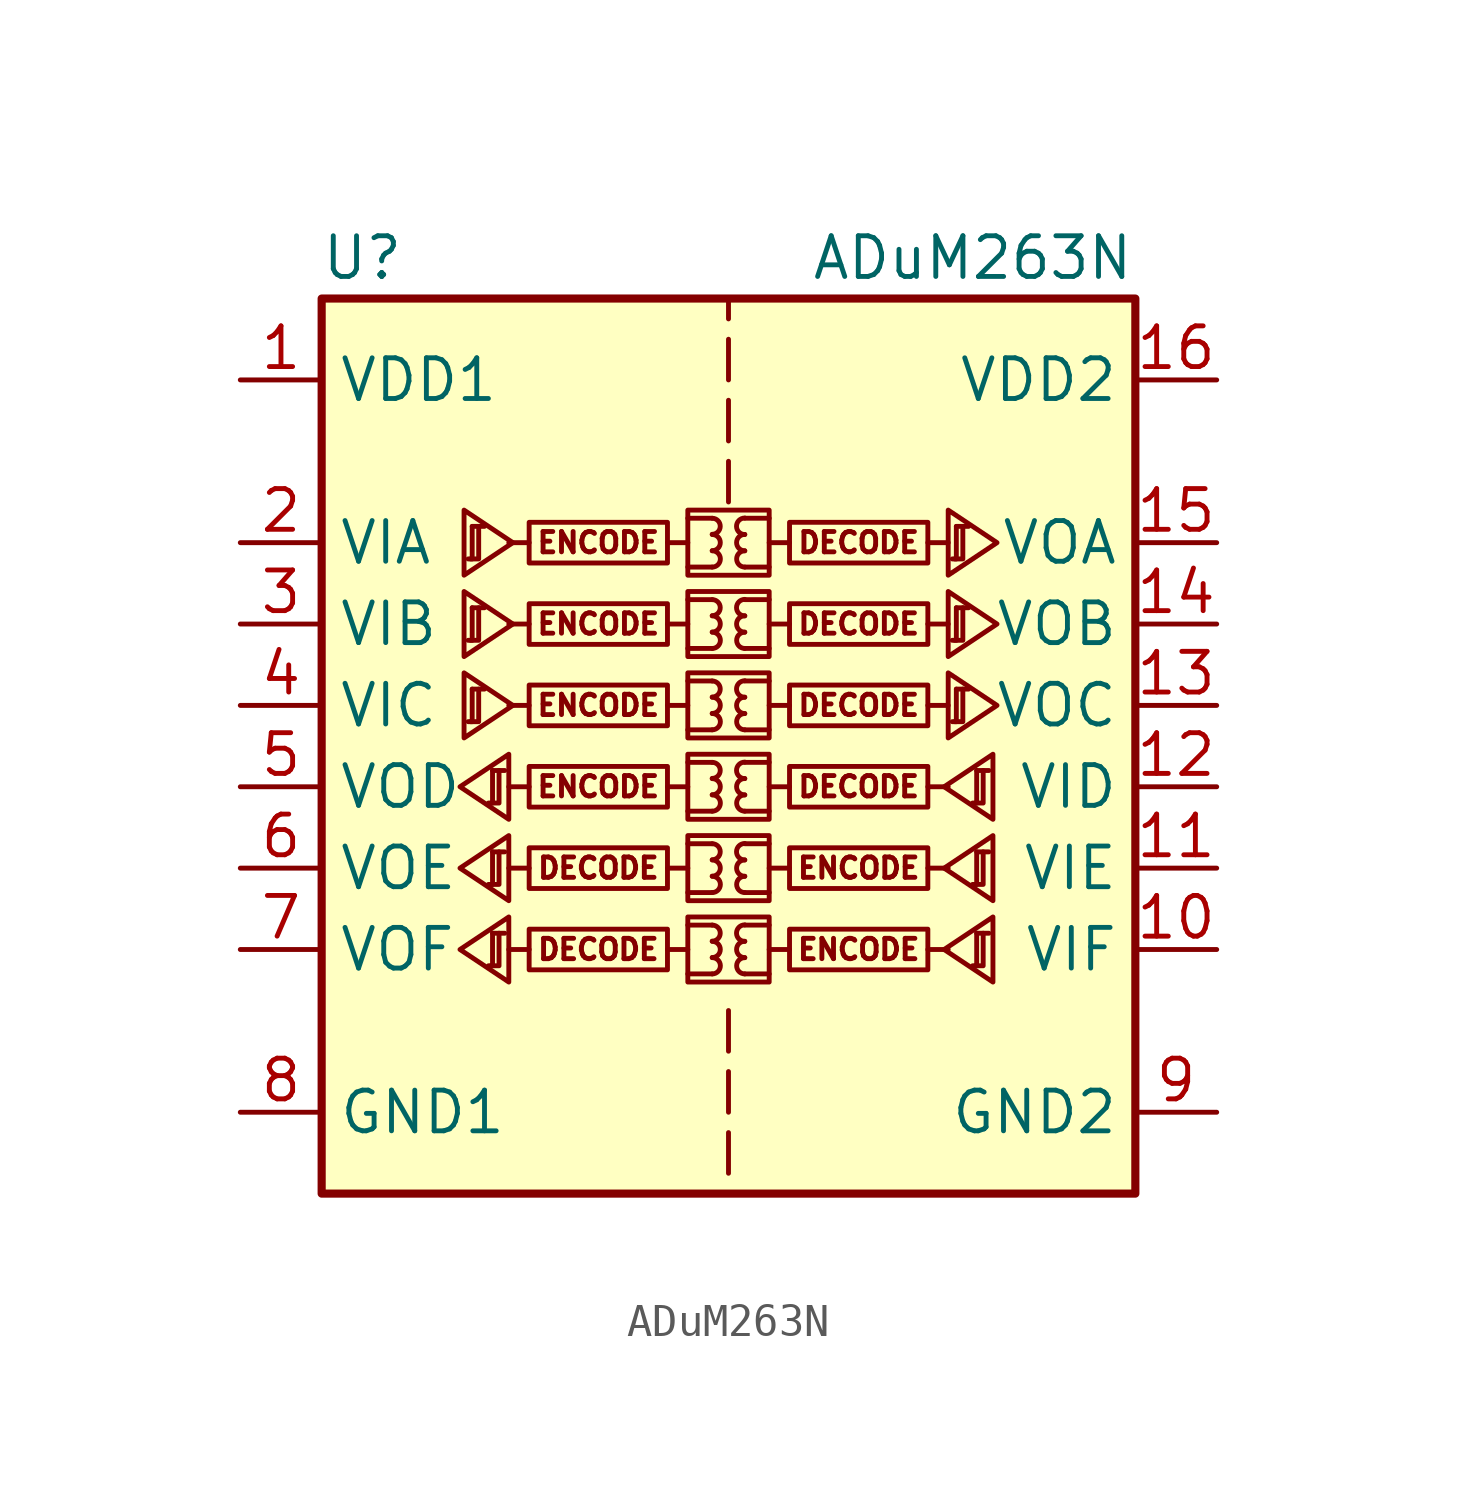
<source format=kicad_sym>
(kicad_symbol_lib
  (version 20201005)
  (generator kicad_symbol_editor)
  (symbol "ADuM263N"
    (property "Reference" "U"
      (at -11.43 16.51 0)
      (effects (font (size 1.27 1.27))))
    (property "Value" "ADuM263N"
      (at 7.62 16.51 0)
      (effects (font (size 1.27 1.27))))
    (symbol "ADuM263N_1_0"
      (arc (start -0.508 -5.842) (end -0.508 -5.334) (radius (at -0.508 -5.588) (length 0.254) (angles -89.9 89.9)) (stroke (width 0)) (fill (type none)))
      (arc (start -0.508 -5.334) (end -0.508 -4.826) (radius (at -0.508 -5.08) (length 0.254) (angles -89.9 89.9)) (stroke (width 0)) (fill (type none)))
      (arc (start -0.508 -4.826) (end -0.508 -4.318) (radius (at -0.508 -4.572) (length 0.254) (angles -89.9 89.9)) (stroke (width 0)) (fill (type none)))
      (arc (start -0.508 -3.302) (end -0.508 -2.794) (radius (at -0.508 -3.048) (length 0.254) (angles -89.9 89.9)) (stroke (width 0)) (fill (type none)))
      (arc (start -0.508 -2.794) (end -0.508 -2.286) (radius (at -0.508 -2.54) (length 0.254) (angles -89.9 89.9)) (stroke (width 0)) (fill (type none)))
      (arc (start -0.508 -2.286) (end -0.508 -1.778) (radius (at -0.508 -2.032) (length 0.254) (angles -89.9 89.9)) (stroke (width 0)) (fill (type none)))
      (arc (start -0.508 -0.762) (end -0.508 -0.254) (radius (at -0.508 -0.508) (length 0.254) (angles -89.9 89.9)) (stroke (width 0)) (fill (type none)))
      (arc (start -0.508 -0.254) (end -0.508 0.254) (radius (at -0.508 0) (length 0.254) (angles -89.9 89.9)) (stroke (width 0)) (fill (type none)))
      (arc (start -0.508 0.254) (end -0.508 0.762) (radius (at -0.508 0.508) (length 0.254) (angles -89.9 89.9)) (stroke (width 0)) (fill (type none)))
      (arc (start -0.508 1.778) (end -0.508 2.286) (radius (at -0.508 2.032) (length 0.254) (angles -89.9 89.9)) (stroke (width 0)) (fill (type none)))
      (arc (start -0.508 2.286) (end -0.508 2.794) (radius (at -0.508 2.54) (length 0.254) (angles -89.9 89.9)) (stroke (width 0)) (fill (type none)))
      (arc (start -0.508 2.794) (end -0.508 3.302) (radius (at -0.508 3.048) (length 0.254) (angles -89.9 89.9)) (stroke (width 0)) (fill (type none)))
      (arc (start -0.508 4.318) (end -0.508 4.826) (radius (at -0.508 4.572) (length 0.254) (angles -89.9 89.9)) (stroke (width 0)) (fill (type none)))
      (arc (start -0.508 4.826) (end -0.508 5.334) (radius (at -0.508 5.08) (length 0.254) (angles -89.9 89.9)) (stroke (width 0)) (fill (type none)))
      (arc (start -0.508 5.334) (end -0.508 5.842) (radius (at -0.508 5.588) (length 0.254) (angles -89.9 89.9)) (stroke (width 0)) (fill (type none)))
      (arc (start -0.508 6.858) (end -0.508 7.366) (radius (at -0.508 7.112) (length 0.254) (angles -89.9 89.9)) (stroke (width 0)) (fill (type none)))
      (arc (start -0.508 7.366) (end -0.508 7.874) (radius (at -0.508 7.62) (length 0.254) (angles -89.9 89.9)) (stroke (width 0)) (fill (type none)))
      (arc (start -0.508 7.874) (end -0.508 8.382) (radius (at -0.508 8.128) (length 0.254) (angles -89.9 89.9)) (stroke (width 0)) (fill (type none)))
      (arc (start 0.508 -5.334) (end 0.508 -5.842) (radius (at 0.508 -5.588) (length 0.254) (angles 90.1 -90.1)) (stroke (width 0)) (fill (type none)))
      (arc (start 0.508 -4.826) (end 0.508 -5.334) (radius (at 0.508 -5.08) (length 0.254) (angles 90.1 -90.1)) (stroke (width 0)) (fill (type none)))
      (arc (start 0.508 -4.318) (end 0.508 -4.826) (radius (at 0.508 -4.572) (length 0.254) (angles 90.1 -90.1)) (stroke (width 0)) (fill (type none)))
      (arc (start 0.508 -2.794) (end 0.508 -3.302) (radius (at 0.508 -3.048) (length 0.254) (angles 90.1 -90.1)) (stroke (width 0)) (fill (type none)))
      (arc (start 0.508 -2.286) (end 0.508 -2.794) (radius (at 0.508 -2.54) (length 0.254) (angles 90.1 -90.1)) (stroke (width 0)) (fill (type none)))
      (arc (start 0.508 -1.778) (end 0.508 -2.286) (radius (at 0.508 -2.032) (length 0.254) (angles 90.1 -90.1)) (stroke (width 0)) (fill (type none)))
      (arc (start 0.508 -0.254) (end 0.508 -0.762) (radius (at 0.508 -0.508) (length 0.254) (angles 90.1 -90.1)) (stroke (width 0)) (fill (type none)))
      (arc (start 0.508 0.254) (end 0.508 -0.254) (radius (at 0.508 0) (length 0.254) (angles 90.1 -90.1)) (stroke (width 0)) (fill (type none)))
      (arc (start 0.508 0.762) (end 0.508 0.254) (radius (at 0.508 0.508) (length 0.254) (angles 90.1 -90.1)) (stroke (width 0)) (fill (type none)))
      (arc (start 0.508 2.286) (end 0.508 1.778) (radius (at 0.508 2.032) (length 0.254) (angles 90.1 -90.1)) (stroke (width 0)) (fill (type none)))
      (arc (start 0.508 2.794) (end 0.508 2.286) (radius (at 0.508 2.54) (length 0.254) (angles 90.1 -90.1)) (stroke (width 0)) (fill (type none)))
      (arc (start 0.508 3.302) (end 0.508 2.794) (radius (at 0.508 3.048) (length 0.254) (angles 90.1 -90.1)) (stroke (width 0)) (fill (type none)))
      (arc (start 0.508 4.826) (end 0.508 4.318) (radius (at 0.508 4.572) (length 0.254) (angles 90.1 -90.1)) (stroke (width 0)) (fill (type none)))
      (arc (start 0.508 5.334) (end 0.508 4.826) (radius (at 0.508 5.08) (length 0.254) (angles 90.1 -90.1)) (stroke (width 0)) (fill (type none)))
      (arc (start 0.508 5.842) (end 0.508 5.334) (radius (at 0.508 5.588) (length 0.254) (angles 90.1 -90.1)) (stroke (width 0)) (fill (type none)))
      (arc (start 0.508 7.366) (end 0.508 6.858) (radius (at 0.508 7.112) (length 0.254) (angles 90.1 -90.1)) (stroke (width 0)) (fill (type none)))
      (arc (start 0.508 7.874) (end 0.508 7.366) (radius (at 0.508 7.62) (length 0.254) (angles 90.1 -90.1)) (stroke (width 0)) (fill (type none)))
      (arc (start 0.508 8.382) (end 0.508 7.874) (radius (at 0.508 8.128) (length 0.254) (angles 90.1 -90.1)) (stroke (width 0)) (fill (type none)))
      (text "DECODE" (at -4.064 -5.08 0) (effects (font (size 0.635 0.635))))
      (text "DECODE" (at -4.064 -2.54 0) (effects (font (size 0.635 0.635))))
      (text "DECODE" (at 4.064 0 0) (effects (font (size 0.635 0.635))))
      (text "DECODE" (at 4.064 2.54 0) (effects (font (size 0.635 0.635))))
      (text "DECODE" (at 4.064 5.08 0) (effects (font (size 0.635 0.635))))
      (text "DECODE" (at 4.064 7.62 0) (effects (font (size 0.635 0.635))))
      (text "ENCODE" (at -4.064 0 0) (effects (font (size 0.635 0.635))))
      (text "ENCODE" (at -4.064 2.54 0) (effects (font (size 0.635 0.635))))
      (text "ENCODE" (at -4.064 5.08 0) (effects (font (size 0.635 0.635))))
      (text "ENCODE" (at -4.064 7.62 0) (effects (font (size 0.635 0.635))))
      (text "ENCODE" (at 4.064 -5.08 0) (effects (font (size 0.635 0.635))))
      (text "ENCODE" (at 4.064 -2.54 0) (effects (font (size 0.635 0.635))))
      (rectangle (start -1.27 -4.064) (end 1.27 -6.096) (stroke (width 0)) (fill (type none)))
      (rectangle (start -1.27 -1.524) (end 1.27 -3.556) (stroke (width 0)) (fill (type none)))
      (rectangle (start -1.27 1.016) (end 1.27 -1.016) (stroke (width 0)) (fill (type none)))
      (rectangle (start -1.27 3.556) (end 1.27 1.524) (stroke (width 0)) (fill (type none)))
      (rectangle (start -1.27 6.096) (end 1.27 4.064) (stroke (width 0)) (fill (type none)))
      (rectangle (start -1.27 8.636) (end 1.27 6.604) (stroke (width 0)) (fill (type none)))
      (rectangle (start 1.905 -4.445) (end 6.223 -5.715) (stroke (width 0)) (fill (type none)))
      (rectangle (start 1.905 -1.905) (end 6.223 -3.175) (stroke (width 0)) (fill (type none)))
      (rectangle (start 1.905 0.635) (end 6.223 -0.635) (stroke (width 0)) (fill (type none)))
      (rectangle (start 1.905 3.175) (end 6.223 1.905) (stroke (width 0)) (fill (type none)))
      (rectangle (start 1.905 5.715) (end 6.223 4.445) (stroke (width 0)) (fill (type none)))
      (rectangle (start 1.905 8.255) (end 6.223 6.985) (stroke (width 0)) (fill (type none)))
      (polyline (pts (xy -6.223 -5.08) (xy -6.858 -5.08)) (stroke (width 0)) (fill (type none)))
      (polyline (pts (xy -6.223 -2.54) (xy -6.858 -2.54)) (stroke (width 0)) (fill (type none)))
      (polyline (pts (xy -6.223 0) (xy -6.858 0)) (stroke (width 0)) (fill (type none)))
      (polyline (pts (xy -6.223 2.54) (xy -6.858 2.54)) (stroke (width 0)) (fill (type none)))
      (polyline (pts (xy -6.223 5.08) (xy -6.858 5.08)) (stroke (width 0)) (fill (type none)))
      (polyline (pts (xy -6.223 7.62) (xy -6.858 7.62)) (stroke (width 0)) (fill (type none)))
      (polyline (pts (xy -1.905 -5.08) (xy -1.27 -5.08)) (stroke (width 0)) (fill (type none)))
      (polyline (pts (xy -1.905 -2.54) (xy -1.27 -2.54)) (stroke (width 0)) (fill (type none)))
      (polyline (pts (xy -1.905 0) (xy -1.27 0)) (stroke (width 0)) (fill (type none)))
      (polyline (pts (xy -1.905 2.54) (xy -1.27 2.54)) (stroke (width 0)) (fill (type none)))
      (polyline (pts (xy -1.905 5.08) (xy -1.27 5.08)) (stroke (width 0)) (fill (type none)))
      (polyline (pts (xy -1.905 7.62) (xy -1.27 7.62)) (stroke (width 0)) (fill (type none)))
      (polyline (pts (xy -1.27 -5.842) (xy -0.508 -5.842)) (stroke (width 0)) (fill (type none)))
      (polyline (pts (xy -1.27 -4.318) (xy -0.508 -4.318)) (stroke (width 0)) (fill (type none)))
      (polyline (pts (xy -1.27 -3.302) (xy -0.508 -3.302)) (stroke (width 0)) (fill (type none)))
      (polyline (pts (xy -1.27 -1.778) (xy -0.508 -1.778)) (stroke (width 0)) (fill (type none)))
      (polyline (pts (xy -1.27 -0.762) (xy -0.508 -0.762)) (stroke (width 0)) (fill (type none)))
      (polyline (pts (xy -1.27 0.762) (xy -0.508 0.762)) (stroke (width 0)) (fill (type none)))
      (polyline (pts (xy -1.27 1.778) (xy -0.508 1.778)) (stroke (width 0)) (fill (type none)))
      (polyline (pts (xy -1.27 3.302) (xy -0.508 3.302)) (stroke (width 0)) (fill (type none)))
      (polyline (pts (xy -1.27 4.318) (xy -0.508 4.318)) (stroke (width 0)) (fill (type none)))
      (polyline (pts (xy -1.27 5.842) (xy -0.508 5.842)) (stroke (width 0)) (fill (type none)))
      (polyline (pts (xy -1.27 6.858) (xy -0.508 6.858)) (stroke (width 0)) (fill (type none)))
      (polyline (pts (xy -1.27 8.382) (xy -0.508 8.382)) (stroke (width 0)) (fill (type none)))
      (polyline (pts (xy 0 -10.795) (xy 0 -12.065)) (stroke (width 0)) (fill (type none)))
      (polyline (pts (xy 0 -8.89) (xy 0 -10.16)) (stroke (width 0)) (fill (type none)))
      (polyline (pts (xy 0 -6.985) (xy 0 -8.255)) (stroke (width 0)) (fill (type none)))
      (polyline (pts (xy 0 8.89) (xy 0 10.16)) (stroke (width 0)) (fill (type none)))
      (polyline (pts (xy 0 10.795) (xy 0 12.065)) (stroke (width 0)) (fill (type none)))
      (polyline (pts (xy 0 12.7) (xy 0 13.97)) (stroke (width 0)) (fill (type none)))
      (polyline (pts (xy 0 15.24) (xy 0 14.605)) (stroke (width 0)) (fill (type none)))
      (polyline (pts (xy 1.27 -5.842) (xy 0.508 -5.842)) (stroke (width 0)) (fill (type none)))
      (polyline (pts (xy 1.27 -4.318) (xy 0.508 -4.318)) (stroke (width 0)) (fill (type none)))
      (polyline (pts (xy 1.27 -3.302) (xy 0.508 -3.302)) (stroke (width 0)) (fill (type none)))
      (polyline (pts (xy 1.27 -1.778) (xy 0.508 -1.778)) (stroke (width 0)) (fill (type none)))
      (polyline (pts (xy 1.27 -0.762) (xy 0.508 -0.762)) (stroke (width 0)) (fill (type none)))
      (polyline (pts (xy 1.27 0.762) (xy 0.508 0.762)) (stroke (width 0)) (fill (type none)))
      (polyline (pts (xy 1.27 1.778) (xy 0.508 1.778)) (stroke (width 0)) (fill (type none)))
      (polyline (pts (xy 1.27 3.302) (xy 0.508 3.302)) (stroke (width 0)) (fill (type none)))
      (polyline (pts (xy 1.27 4.318) (xy 0.508 4.318)) (stroke (width 0)) (fill (type none)))
      (polyline (pts (xy 1.27 5.842) (xy 0.508 5.842)) (stroke (width 0)) (fill (type none)))
      (polyline (pts (xy 1.27 6.858) (xy 0.508 6.858)) (stroke (width 0)) (fill (type none)))
      (polyline (pts (xy 1.27 8.382) (xy 0.508 8.382)) (stroke (width 0)) (fill (type none)))
      (polyline (pts (xy 1.905 -5.08) (xy 1.27 -5.08)) (stroke (width 0)) (fill (type none)))
      (polyline (pts (xy 1.905 -2.54) (xy 1.27 -2.54)) (stroke (width 0)) (fill (type none)))
      (polyline (pts (xy 1.905 0) (xy 1.27 0)) (stroke (width 0)) (fill (type none)))
      (polyline (pts (xy 1.905 2.54) (xy 1.27 2.54)) (stroke (width 0)) (fill (type none)))
      (polyline (pts (xy 1.905 5.08) (xy 1.27 5.08)) (stroke (width 0)) (fill (type none)))
      (polyline (pts (xy 1.905 7.62) (xy 1.27 7.62)) (stroke (width 0)) (fill (type none)))
      (polyline (pts (xy 6.223 -5.08) (xy 6.858 -5.08)) (stroke (width 0)) (fill (type none)))
      (polyline (pts (xy 6.223 -2.54) (xy 6.858 -2.54)) (stroke (width 0)) (fill (type none)))
      (polyline (pts (xy 6.223 0) (xy 6.858 0)) (stroke (width 0)) (fill (type none)))
      (polyline (pts (xy 6.223 2.54) (xy 6.858 2.54)) (stroke (width 0)) (fill (type none)))
      (polyline (pts (xy 6.223 5.08) (xy 6.858 5.08)) (stroke (width 0)) (fill (type none)))
      (polyline (pts (xy 6.223 7.62) (xy 6.858 7.62)) (stroke (width 0)) (fill (type none))))
    (symbol "ADuM263N_1_1"
      (rectangle (start -1.905 -4.445) (end -6.223 -5.715) (stroke (width 0)) (fill (type none)))
      (rectangle (start -1.905 -1.905) (end -6.223 -3.175) (stroke (width 0)) (fill (type none)))
      (rectangle (start -1.905 0.635) (end -6.223 -0.635) (stroke (width 0)) (fill (type none)))
      (rectangle (start -1.905 3.175) (end -6.223 1.905) (stroke (width 0)) (fill (type none)))
      (rectangle (start -1.905 5.715) (end -6.223 4.445) (stroke (width 0)) (fill (type none)))
      (rectangle (start -1.905 8.255) (end -6.223 6.985) (stroke (width 0)) (fill (type none)))
      (rectangle (start -12.7 15.24) (end 12.7 -12.7) (stroke (width 0.254)) (fill (type background)))
      (polyline (pts (xy -8.001 3.048) (xy -7.62 3.048)) (stroke (width 0)) (fill (type none)))
      (polyline (pts (xy -8.001 5.588) (xy -7.62 5.588)) (stroke (width 0)) (fill (type none)))
      (polyline (pts (xy -8.001 8.128) (xy -7.62 8.128)) (stroke (width 0)) (fill (type none)))
      (polyline (pts (xy -7.366 -4.572) (xy -6.985 -4.572)) (stroke (width 0)) (fill (type none)))
      (polyline (pts (xy -7.366 -2.032) (xy -6.985 -2.032)) (stroke (width 0)) (fill (type none)))
      (polyline (pts (xy -7.366 0.508) (xy -6.985 0.508)) (stroke (width 0)) (fill (type none)))
      (polyline (pts (xy 7.112 3.048) (xy 7.493 3.048)) (stroke (width 0)) (fill (type none)))
      (polyline (pts (xy 7.112 5.588) (xy 7.493 5.588)) (stroke (width 0)) (fill (type none)))
      (polyline (pts (xy 7.112 8.128) (xy 7.493 8.128)) (stroke (width 0)) (fill (type none)))
      (polyline (pts (xy 7.747 -4.572) (xy 8.128 -4.572)) (stroke (width 0)) (fill (type none)))
      (polyline (pts (xy 7.747 -2.032) (xy 8.128 -2.032)) (stroke (width 0)) (fill (type none)))
      (polyline (pts (xy 7.747 0.508) (xy 8.128 0.508)) (stroke (width 0)) (fill (type none)))
      (polyline (pts (xy -8.052 2.032) (xy -7.798 2.032) (xy -7.798 3.048)) (stroke (width 0)) (fill (type none)))
      (polyline (pts (xy -8.052 4.572) (xy -7.798 4.572) (xy -7.798 5.588)) (stroke (width 0)) (fill (type none)))
      (polyline (pts (xy -8.052 7.112) (xy -7.798 7.112) (xy -7.798 8.128)) (stroke (width 0)) (fill (type none)))
      (polyline (pts (xy -8.001 3.048) (xy -8.001 2.032) (xy -8.128 2.032)) (stroke (width 0)) (fill (type none)))
      (polyline (pts (xy -8.001 5.588) (xy -8.001 4.572) (xy -8.128 4.572)) (stroke (width 0)) (fill (type none)))
      (polyline (pts (xy -8.001 8.128) (xy -8.001 7.112) (xy -8.128 7.112)) (stroke (width 0)) (fill (type none)))
      (polyline (pts (xy -7.417 -5.588) (xy -7.163 -5.588) (xy -7.163 -4.572)) (stroke (width 0)) (fill (type none)))
      (polyline (pts (xy -7.417 -3.048) (xy -7.163 -3.048) (xy -7.163 -2.032)) (stroke (width 0)) (fill (type none)))
      (polyline (pts (xy -7.417 -0.508) (xy -7.163 -0.508) (xy -7.163 0.508)) (stroke (width 0)) (fill (type none)))
      (polyline (pts (xy -7.366 -4.572) (xy -7.366 -5.588) (xy -7.493 -5.588)) (stroke (width 0)) (fill (type none)))
      (polyline (pts (xy -7.366 -2.032) (xy -7.366 -3.048) (xy -7.493 -3.048)) (stroke (width 0)) (fill (type none)))
      (polyline (pts (xy -7.366 0.508) (xy -7.366 -0.508) (xy -7.493 -0.508)) (stroke (width 0)) (fill (type none)))
      (polyline (pts (xy 7.061 2.032) (xy 7.315 2.032) (xy 7.315 3.048)) (stroke (width 0)) (fill (type none)))
      (polyline (pts (xy 7.061 4.572) (xy 7.315 4.572) (xy 7.315 5.588)) (stroke (width 0)) (fill (type none)))
      (polyline (pts (xy 7.061 7.112) (xy 7.315 7.112) (xy 7.315 8.128)) (stroke (width 0)) (fill (type none)))
      (polyline (pts (xy 7.112 3.048) (xy 7.112 2.032) (xy 6.985 2.032)) (stroke (width 0)) (fill (type none)))
      (polyline (pts (xy 7.112 5.588) (xy 7.112 4.572) (xy 6.985 4.572)) (stroke (width 0)) (fill (type none)))
      (polyline (pts (xy 7.112 8.128) (xy 7.112 7.112) (xy 6.985 7.112)) (stroke (width 0)) (fill (type none)))
      (polyline (pts (xy 7.696 -5.588) (xy 7.95 -5.588) (xy 7.95 -4.572)) (stroke (width 0)) (fill (type none)))
      (polyline (pts (xy 7.696 -3.048) (xy 7.95 -3.048) (xy 7.95 -2.032)) (stroke (width 0)) (fill (type none)))
      (polyline (pts (xy 7.696 -0.508) (xy 7.95 -0.508) (xy 7.95 0.508)) (stroke (width 0)) (fill (type none)))
      (polyline (pts (xy 7.747 -4.572) (xy 7.747 -5.588) (xy 7.62 -5.588)) (stroke (width 0)) (fill (type none)))
      (polyline (pts (xy 7.747 -2.032) (xy 7.747 -3.048) (xy 7.62 -3.048)) (stroke (width 0)) (fill (type none)))
      (polyline (pts (xy 7.747 0.508) (xy 7.747 -0.508) (xy 7.62 -0.508)) (stroke (width 0)) (fill (type none)))
      (polyline (pts (xy -8.382 -5.08) (xy -6.858 -4.064) (xy -6.858 -6.096) (xy -8.382 -5.08)) (stroke (width 0)) (fill (type none)))
      (polyline (pts (xy -8.382 -2.54) (xy -6.858 -1.524) (xy -6.858 -3.556) (xy -8.382 -2.54)) (stroke (width 0)) (fill (type none)))
      (polyline (pts (xy -8.382 0) (xy -6.858 1.016) (xy -6.858 -1.016) (xy -8.382 0)) (stroke (width 0)) (fill (type none)))
      (polyline (pts (xy -6.731 2.54) (xy -8.255 3.556) (xy -8.255 1.524) (xy -6.731 2.54)) (stroke (width 0)) (fill (type none)))
      (polyline (pts (xy -6.731 5.08) (xy -8.255 6.096) (xy -8.255 4.064) (xy -6.731 5.08)) (stroke (width 0)) (fill (type none)))
      (polyline (pts (xy -6.731 7.62) (xy -8.255 8.636) (xy -8.255 6.604) (xy -6.731 7.62)) (stroke (width 0)) (fill (type none)))
      (polyline (pts (xy 6.731 -5.08) (xy 8.255 -4.064) (xy 8.255 -6.096) (xy 6.731 -5.08)) (stroke (width 0)) (fill (type none)))
      (polyline (pts (xy 6.731 -2.54) (xy 8.255 -1.524) (xy 8.255 -3.556) (xy 6.731 -2.54)) (stroke (width 0)) (fill (type none)))
      (polyline (pts (xy 6.731 0) (xy 8.255 1.016) (xy 8.255 -1.016) (xy 6.731 0)) (stroke (width 0)) (fill (type none)))
      (polyline (pts (xy 8.382 2.54) (xy 6.858 3.556) (xy 6.858 1.524) (xy 8.382 2.54)) (stroke (width 0)) (fill (type none)))
      (polyline (pts (xy 8.382 5.08) (xy 6.858 6.096) (xy 6.858 4.064) (xy 8.382 5.08)) (stroke (width 0)) (fill (type none)))
      (polyline (pts (xy 8.382 7.62) (xy 6.858 8.636) (xy 6.858 6.604) (xy 8.382 7.62)) (stroke (width 0)) (fill (type none)))
      (pin power_in line (at -15.24 12.7 0) (length 2.54) (name "VDD1" (effects (font (size 1.27 1.27)))) (number "1" (effects (font (size 1.27 1.27)))))
      (pin input line (at 15.24 -5.08 180) (length 2.54) (name "VIF" (effects (font (size 1.27 1.27)))) (number "10" (effects (font (size 1.27 1.27)))))
      (pin input line (at 15.24 -2.54 180) (length 2.54) (name "VIE" (effects (font (size 1.27 1.27)))) (number "11" (effects (font (size 1.27 1.27)))))
      (pin input line (at 15.24 0 180) (length 2.54) (name "VID" (effects (font (size 1.27 1.27)))) (number "12" (effects (font (size 1.27 1.27)))))
      (pin output line (at 15.24 2.54 180) (length 2.54) (name "VOC" (effects (font (size 1.27 1.27)))) (number "13" (effects (font (size 1.27 1.27)))))
      (pin output line (at 15.24 5.08 180) (length 2.54) (name "VOB" (effects (font (size 1.27 1.27)))) (number "14" (effects (font (size 1.27 1.27)))))
      (pin output line (at 15.24 7.62 180) (length 2.54) (name "VOA" (effects (font (size 1.27 1.27)))) (number "15" (effects (font (size 1.27 1.27)))))
      (pin power_in line (at 15.24 12.7 180) (length 2.54) (name "VDD2" (effects (font (size 1.27 1.27)))) (number "16" (effects (font (size 1.27 1.27)))))
      (pin input line (at -15.24 7.62 0) (length 2.54) (name "VIA" (effects (font (size 1.27 1.27)))) (number "2" (effects (font (size 1.27 1.27)))))
      (pin input line (at -15.24 5.08 0) (length 2.54) (name "VIB" (effects (font (size 1.27 1.27)))) (number "3" (effects (font (size 1.27 1.27)))))
      (pin input line (at -15.24 2.54 0) (length 2.54) (name "VIC" (effects (font (size 1.27 1.27)))) (number "4" (effects (font (size 1.27 1.27)))))
      (pin output line (at -15.24 0 0) (length 2.54) (name "VOD" (effects (font (size 1.27 1.27)))) (number "5" (effects (font (size 1.27 1.27)))))
      (pin output line (at -15.24 -2.54 0) (length 2.54) (name "VOE" (effects (font (size 1.27 1.27)))) (number "6" (effects (font (size 1.27 1.27)))))
      (pin output line (at -15.24 -5.08 0) (length 2.54) (name "VOF" (effects (font (size 1.27 1.27)))) (number "7" (effects (font (size 1.27 1.27)))))
      (pin power_in line (at -15.24 -10.16 0) (length 2.54) (name "GND1" (effects (font (size 1.27 1.27)))) (number "8" (effects (font (size 1.27 1.27)))))
      (pin power_in line (at 15.24 -10.16 180) (length 2.54) (name "GND2" (effects (font (size 1.27 1.27)))) (number "9" (effects (font (size 1.27 1.27))))))))
</source>
